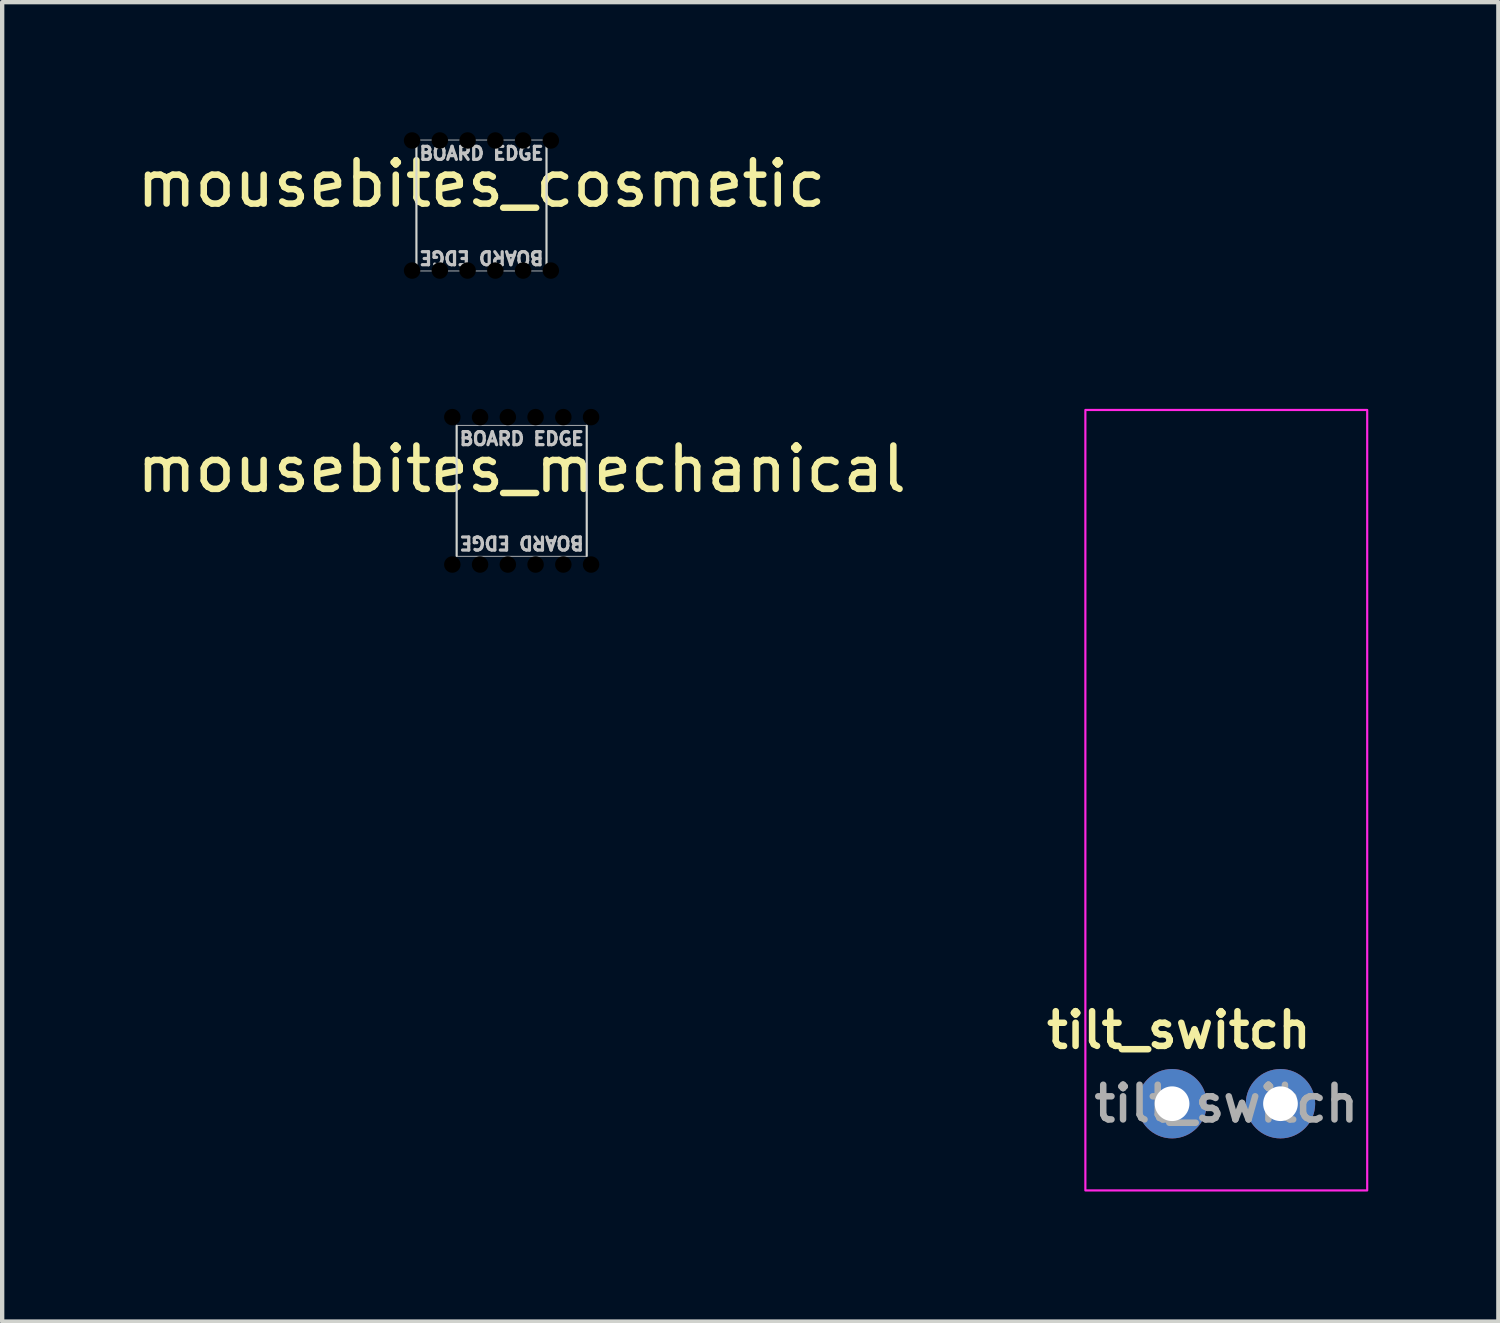
<source format=kicad_pcb>
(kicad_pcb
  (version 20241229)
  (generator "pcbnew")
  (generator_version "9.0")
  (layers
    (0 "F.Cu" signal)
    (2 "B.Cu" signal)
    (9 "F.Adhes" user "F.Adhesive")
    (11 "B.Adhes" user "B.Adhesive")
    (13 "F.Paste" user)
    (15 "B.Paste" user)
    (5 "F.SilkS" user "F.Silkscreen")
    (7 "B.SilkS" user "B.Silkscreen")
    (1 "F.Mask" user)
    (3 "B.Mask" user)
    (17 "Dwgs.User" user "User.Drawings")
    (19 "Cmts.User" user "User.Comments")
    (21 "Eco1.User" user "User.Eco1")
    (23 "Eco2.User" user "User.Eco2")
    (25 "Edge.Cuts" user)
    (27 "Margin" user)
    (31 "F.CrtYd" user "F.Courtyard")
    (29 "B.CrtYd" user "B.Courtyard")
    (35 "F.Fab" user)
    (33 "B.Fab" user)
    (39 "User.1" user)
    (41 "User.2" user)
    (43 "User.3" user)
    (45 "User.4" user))
  (footprint "mousebites_cosmetic"
    (layer "F.Cu")
    (at 8.054 1.69)
    (property "Reference" "mousebites_cosmetic" (at 0 -0.5 0) (unlocked yes) (layer "F.SilkS") (effects (font (size 1 1) (thickness 0.15))))
    (attr board_only exclude_from_pos_files exclude_from_bom)
    (fp_line (start -1.5 -1.51) (end 1.5 -1.51) (stroke (width 0.02) (type solid)) (layer "Dwgs.User"))
    (fp_line (start 1.5 1.51) (end -1.5 1.51) (stroke (width 0.02) (type solid)) (layer "Dwgs.User"))
    (fp_line (start -1.5 -1.5) (end -1.5 1.5) (stroke (width 0.05) (type solid)) (layer "Edge.Cuts"))
    (fp_line (start 1.5 1.5) (end 1.5 -1.5) (stroke (width 0.05) (type solid)) (layer "Edge.Cuts"))
    (fp_text user "BOARD EDGE" (at 0 -1.2 0) (unlocked yes) (layer "Dwgs.User") (effects (font (size 0.3 0.3) (thickness 0.075))))
    (fp_text user "BOARD EDGE" (at 0 1.2 180) (unlocked yes) (layer "Dwgs.User") (effects (font (size 0.3 0.3) (thickness 0.075))))
    (pad "" np_thru_hole circle (at -1.6 -1.5) (size 0.38 0.38) (drill 0.38) (layers "*.Mask"))
    (pad "" np_thru_hole circle (at -1.6 1.5 180) (size 0.38 0.38) (drill 0.38) (layers "*.Mask"))
    (pad "" np_thru_hole circle (at -0.96 -1.5) (size 0.38 0.38) (drill 0.38) (layers "*.Mask"))
    (pad "" np_thru_hole circle (at -0.96 1.5 180) (size 0.38 0.38) (drill 0.38) (layers "*.Mask"))
    (pad "" np_thru_hole circle (at -0.32 -1.5) (size 0.38 0.38) (drill 0.38) (layers "*.Mask"))
    (pad "" np_thru_hole circle (at -0.32 1.5 180) (size 0.38 0.38) (drill 0.38) (layers "*.Mask"))
    (pad "" np_thru_hole circle (at 0.32 -1.5) (size 0.38 0.38) (drill 0.38) (layers "*.Mask"))
    (pad "" np_thru_hole circle (at 0.32 1.5 180) (size 0.38 0.38) (drill 0.38) (layers "*.Mask"))
    (pad "" np_thru_hole circle (at 0.96 -1.5) (size 0.38 0.38) (drill 0.38) (layers "*.Mask"))
    (pad "" np_thru_hole circle (at 0.96 1.5 180) (size 0.38 0.38) (drill 0.38) (layers "*.Mask"))
    (pad "" np_thru_hole circle (at 1.6 -1.5) (size 0.38 0.38) (drill 0.38) (layers "*.Mask"))
    (pad "" np_thru_hole circle (at 1.6 1.5 180) (size 0.38 0.38) (drill 0.38) (layers "*.Mask")))
  (footprint "tilt_switch"
    (layer "F.Cu")
    (at 23.982 22.405)
    (property "Reference" "tilt_switch" (at 0.155 -1.696 0) (unlocked yes) (layer "F.SilkS") (effects (font (size 0.8 0.8) (thickness 0.15))))
    (attr through_hole)
    (fp_rect (start -2 -16) (end 4.5 2) (stroke (width 0.05) (type solid)) (fill no) (layer "F.CrtYd"))
    (fp_text user "${REFERENCE}" (at 1.25 0 0) (layer "F.Fab") (effects (font (size 0.8 0.8) (thickness 0.15))))
    (pad "1" thru_hole circle (at 0 0) (size 1.6 1.6) (drill 0.8) (layers "*.Cu" "*.Mask"))
    (pad "2" thru_hole circle (at 2.5 0) (size 1.6 1.6) (drill 0.8) (layers "*.Cu" "*.Mask")))
  (footprint "mousebites_mechanical"
    (layer "F.Cu")
    (at 8.982 8.27)
    (property "Reference" "mousebites_mechanical" (at 0 -0.5 0) (unlocked yes) (layer "F.SilkS") (effects (font (size 1 1) (thickness 0.15))))
    (attr board_only exclude_from_pos_files exclude_from_bom)
    (fp_line (start -1.5 -1.51) (end 1.5 -1.51) (stroke (width 0.02) (type solid)) (layer "Dwgs.User"))
    (fp_line (start 1.5 1.51) (end -1.5 1.51) (stroke (width 0.02) (type solid)) (layer "Dwgs.User"))
    (fp_line (start -1.5 -1.5) (end -1.5 1.5) (stroke (width 0.05) (type solid)) (layer "Edge.Cuts"))
    (fp_line (start 1.5 1.5) (end 1.5 -1.5) (stroke (width 0.05) (type solid)) (layer "Edge.Cuts"))
    (fp_text user "BOARD EDGE" (at 0 1.2 180) (unlocked yes) (layer "Dwgs.User") (effects (font (size 0.3 0.3) (thickness 0.075))))
    (fp_text user "BOARD EDGE" (at 0 -1.2 0) (unlocked yes) (layer "Dwgs.User") (effects (font (size 0.3 0.3) (thickness 0.075))))
    (pad "" np_thru_hole circle (at -1.6 -1.7) (size 0.38 0.38) (drill 0.38) (layers "*.Mask"))
    (pad "" np_thru_hole circle (at -1.6 1.7 180) (size 0.38 0.38) (drill 0.38) (layers "*.Mask"))
    (pad "" np_thru_hole circle (at -0.96 -1.7) (size 0.38 0.38) (drill 0.38) (layers "*.Mask"))
    (pad "" np_thru_hole circle (at -0.96 1.7 180) (size 0.38 0.38) (drill 0.38) (layers "*.Mask"))
    (pad "" np_thru_hole circle (at -0.32 -1.7) (size 0.38 0.38) (drill 0.38) (layers "*.Mask"))
    (pad "" np_thru_hole circle (at -0.32 1.7 180) (size 0.38 0.38) (drill 0.38) (layers "*.Mask"))
    (pad "" np_thru_hole circle (at 0.32 -1.7) (size 0.38 0.38) (drill 0.38) (layers "*.Mask"))
    (pad "" np_thru_hole circle (at 0.32 1.7 180) (size 0.38 0.38) (drill 0.38) (layers "*.Mask"))
    (pad "" np_thru_hole circle (at 0.96 -1.7) (size 0.38 0.38) (drill 0.38) (layers "*.Mask"))
    (pad "" np_thru_hole circle (at 0.96 1.7 180) (size 0.38 0.38) (drill 0.38) (layers "*.Mask"))
    (pad "" np_thru_hole circle (at 1.6 -1.7) (size 0.38 0.38) (drill 0.38) (layers "*.Mask"))
    (pad "" np_thru_hole circle (at 1.6 1.7 180) (size 0.38 0.38) (drill 0.38) (layers "*.Mask")))
  (gr_rect
    (start -3 -3)
    (end 31.507 27.43)
    (stroke (width 0.1) (type default))
    (fill no)
    (layer "Edge.Cuts")))
</source>
